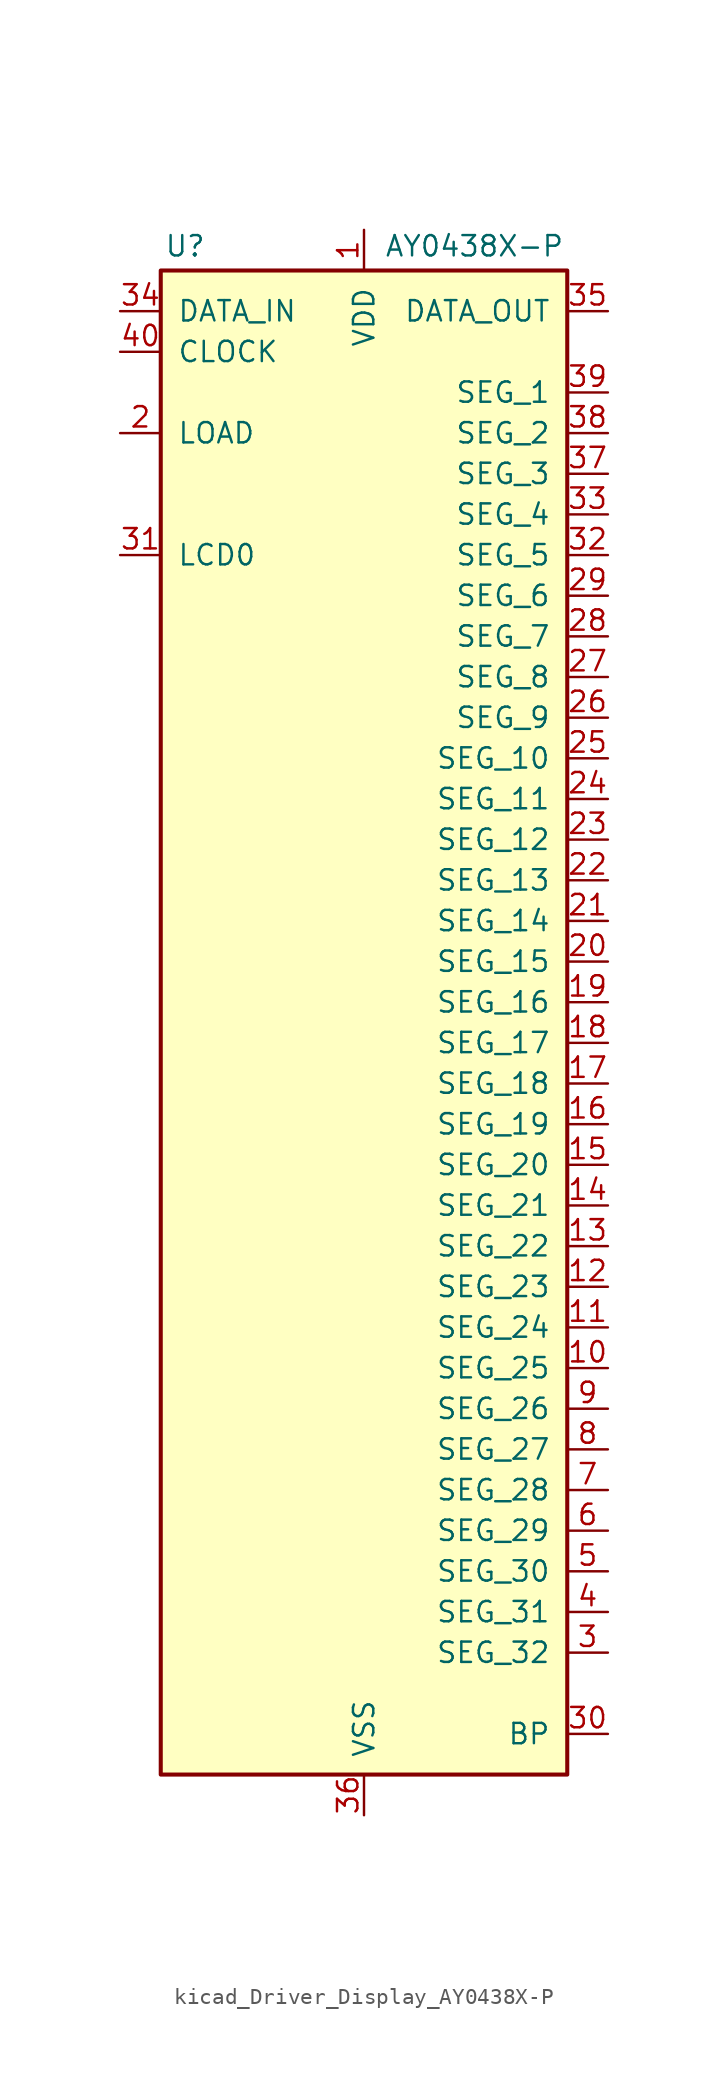
<source format=kicad_sym>
(kicad_symbol_lib
  (version 20220914)
  (generator kicad_symbol_editor)
  (symbol "kicad_Driver_Display_AY0438X-P"
    (pin_names
      (offset 1.016))
    (property "Reference" "U"
      (at -11.176 47.244 0)
      (effects (font (size 1.27 1.27))))
    (property "Value" "AY0438X-P"
      (at 1.27 47.244 0)
      (effects (font (size 1.27 1.27)) (justify left)))
    (symbol "kicad_Driver_Display_AY0438X-P_0_1"
      (rectangle (start -12.7 45.72) (end 12.7 -48.26) (stroke (width 0.254) (type default)) (fill (type background))))
    (symbol "kicad_Driver_Display_AY0438X-P_1_1"
      (pin power_in line (at 0 48.26 270) (length 2.54) (name "VDD" (effects (font (size 1.27 1.27)))) (number "1" (effects (font (size 1.27 1.27)))))
      (pin output line (at 15.24 -22.86 180) (length 2.54) (name "SEG_25" (effects (font (size 1.27 1.27)))) (number "10" (effects (font (size 1.27 1.27)))))
      (pin output line (at 15.24 -20.32 180) (length 2.54) (name "SEG_24" (effects (font (size 1.27 1.27)))) (number "11" (effects (font (size 1.27 1.27)))))
      (pin output line (at 15.24 -17.78 180) (length 2.54) (name "SEG_23" (effects (font (size 1.27 1.27)))) (number "12" (effects (font (size 1.27 1.27)))))
      (pin output line (at 15.24 -15.24 180) (length 2.54) (name "SEG_22" (effects (font (size 1.27 1.27)))) (number "13" (effects (font (size 1.27 1.27)))))
      (pin output line (at 15.24 -12.7 180) (length 2.54) (name "SEG_21" (effects (font (size 1.27 1.27)))) (number "14" (effects (font (size 1.27 1.27)))))
      (pin output line (at 15.24 -10.16 180) (length 2.54) (name "SEG_20" (effects (font (size 1.27 1.27)))) (number "15" (effects (font (size 1.27 1.27)))))
      (pin output line (at 15.24 -7.62 180) (length 2.54) (name "SEG_19" (effects (font (size 1.27 1.27)))) (number "16" (effects (font (size 1.27 1.27)))))
      (pin output line (at 15.24 -5.08 180) (length 2.54) (name "SEG_18" (effects (font (size 1.27 1.27)))) (number "17" (effects (font (size 1.27 1.27)))))
      (pin output line (at 15.24 -2.54 180) (length 2.54) (name "SEG_17" (effects (font (size 1.27 1.27)))) (number "18" (effects (font (size 1.27 1.27)))))
      (pin output line (at 15.24 0 180) (length 2.54) (name "SEG_16" (effects (font (size 1.27 1.27)))) (number "19" (effects (font (size 1.27 1.27)))))
      (pin input line (at -15.24 35.56 0) (length 2.54) (name "LOAD" (effects (font (size 1.27 1.27)))) (number "2" (effects (font (size 1.27 1.27)))))
      (pin output line (at 15.24 2.54 180) (length 2.54) (name "SEG_15" (effects (font (size 1.27 1.27)))) (number "20" (effects (font (size 1.27 1.27)))))
      (pin output line (at 15.24 5.08 180) (length 2.54) (name "SEG_14" (effects (font (size 1.27 1.27)))) (number "21" (effects (font (size 1.27 1.27)))))
      (pin output line (at 15.24 7.62 180) (length 2.54) (name "SEG_13" (effects (font (size 1.27 1.27)))) (number "22" (effects (font (size 1.27 1.27)))))
      (pin output line (at 15.24 10.16 180) (length 2.54) (name "SEG_12" (effects (font (size 1.27 1.27)))) (number "23" (effects (font (size 1.27 1.27)))))
      (pin output line (at 15.24 12.7 180) (length 2.54) (name "SEG_11" (effects (font (size 1.27 1.27)))) (number "24" (effects (font (size 1.27 1.27)))))
      (pin output line (at 15.24 15.24 180) (length 2.54) (name "SEG_10" (effects (font (size 1.27 1.27)))) (number "25" (effects (font (size 1.27 1.27)))))
      (pin output line (at 15.24 17.78 180) (length 2.54) (name "SEG_9" (effects (font (size 1.27 1.27)))) (number "26" (effects (font (size 1.27 1.27)))))
      (pin output line (at 15.24 20.32 180) (length 2.54) (name "SEG_8" (effects (font (size 1.27 1.27)))) (number "27" (effects (font (size 1.27 1.27)))))
      (pin output line (at 15.24 22.86 180) (length 2.54) (name "SEG_7" (effects (font (size 1.27 1.27)))) (number "28" (effects (font (size 1.27 1.27)))))
      (pin output line (at 15.24 25.4 180) (length 2.54) (name "SEG_6" (effects (font (size 1.27 1.27)))) (number "29" (effects (font (size 1.27 1.27)))))
      (pin output line (at 15.24 -40.64 180) (length 2.54) (name "SEG_32" (effects (font (size 1.27 1.27)))) (number "3" (effects (font (size 1.27 1.27)))))
      (pin output line (at 15.24 -45.72 180) (length 2.54) (name "BP" (effects (font (size 1.27 1.27)))) (number "30" (effects (font (size 1.27 1.27)))))
      (pin input line (at -15.24 27.94 0) (length 2.54) (name "LCD0" (effects (font (size 1.27 1.27)))) (number "31" (effects (font (size 1.27 1.27)))))
      (pin output line (at 15.24 27.94 180) (length 2.54) (name "SEG_5" (effects (font (size 1.27 1.27)))) (number "32" (effects (font (size 1.27 1.27)))))
      (pin output line (at 15.24 30.48 180) (length 2.54) (name "SEG_4" (effects (font (size 1.27 1.27)))) (number "33" (effects (font (size 1.27 1.27)))))
      (pin input line (at -15.24 43.18 0) (length 2.54) (name "DATA_IN" (effects (font (size 1.27 1.27)))) (number "34" (effects (font (size 1.27 1.27)))))
      (pin output line (at 15.24 43.18 180) (length 2.54) (name "DATA_OUT" (effects (font (size 1.27 1.27)))) (number "35" (effects (font (size 1.27 1.27)))))
      (pin power_in line (at 0 -50.8 90) (length 2.54) (name "VSS" (effects (font (size 1.27 1.27)))) (number "36" (effects (font (size 1.27 1.27)))))
      (pin output line (at 15.24 33.02 180) (length 2.54) (name "SEG_3" (effects (font (size 1.27 1.27)))) (number "37" (effects (font (size 1.27 1.27)))))
      (pin output line (at 15.24 35.56 180) (length 2.54) (name "SEG_2" (effects (font (size 1.27 1.27)))) (number "38" (effects (font (size 1.27 1.27)))))
      (pin output line (at 15.24 38.1 180) (length 2.54) (name "SEG_1" (effects (font (size 1.27 1.27)))) (number "39" (effects (font (size 1.27 1.27)))))
      (pin output line (at 15.24 -38.1 180) (length 2.54) (name "SEG_31" (effects (font (size 1.27 1.27)))) (number "4" (effects (font (size 1.27 1.27)))))
      (pin input line (at -15.24 40.64 0) (length 2.54) (name "CLOCK" (effects (font (size 1.27 1.27)))) (number "40" (effects (font (size 1.27 1.27)))))
      (pin output line (at 15.24 -35.56 180) (length 2.54) (name "SEG_30" (effects (font (size 1.27 1.27)))) (number "5" (effects (font (size 1.27 1.27)))))
      (pin output line (at 15.24 -33.02 180) (length 2.54) (name "SEG_29" (effects (font (size 1.27 1.27)))) (number "6" (effects (font (size 1.27 1.27)))))
      (pin output line (at 15.24 -30.48 180) (length 2.54) (name "SEG_28" (effects (font (size 1.27 1.27)))) (number "7" (effects (font (size 1.27 1.27)))))
      (pin output line (at 15.24 -27.94 180) (length 2.54) (name "SEG_27" (effects (font (size 1.27 1.27)))) (number "8" (effects (font (size 1.27 1.27)))))
      (pin output line (at 15.24 -25.4 180) (length 2.54) (name "SEG_26" (effects (font (size 1.27 1.27)))) (number "9" (effects (font (size 1.27 1.27))))))))
</source>
